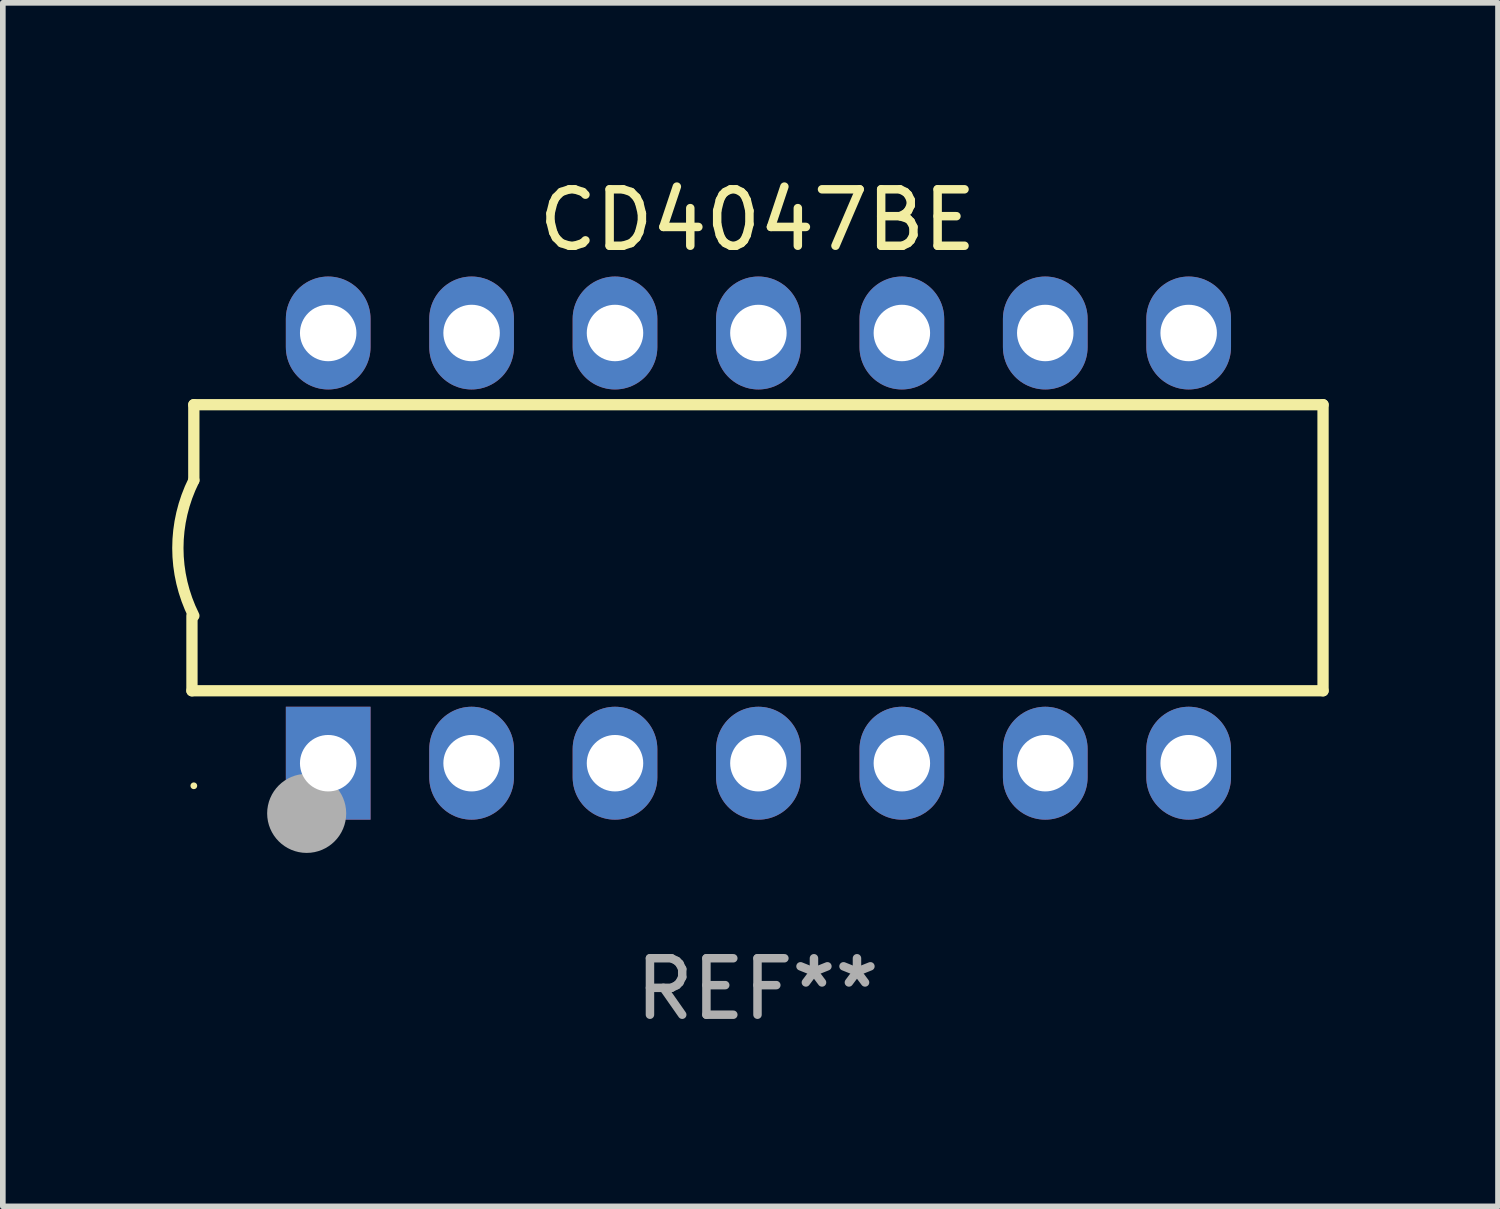
<source format=kicad_pcb>
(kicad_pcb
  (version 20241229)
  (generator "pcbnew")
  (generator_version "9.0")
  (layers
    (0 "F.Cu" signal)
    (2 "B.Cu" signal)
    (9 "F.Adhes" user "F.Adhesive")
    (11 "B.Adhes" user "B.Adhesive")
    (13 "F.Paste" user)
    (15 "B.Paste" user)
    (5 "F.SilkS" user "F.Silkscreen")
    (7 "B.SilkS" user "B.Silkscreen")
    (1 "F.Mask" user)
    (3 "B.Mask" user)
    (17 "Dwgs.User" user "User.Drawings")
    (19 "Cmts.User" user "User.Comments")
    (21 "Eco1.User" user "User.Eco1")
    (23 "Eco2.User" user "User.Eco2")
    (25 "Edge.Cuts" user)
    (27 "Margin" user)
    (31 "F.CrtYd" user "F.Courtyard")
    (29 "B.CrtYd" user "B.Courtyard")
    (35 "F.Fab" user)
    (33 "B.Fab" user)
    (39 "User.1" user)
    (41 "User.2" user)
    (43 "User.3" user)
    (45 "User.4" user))
  (footprint "CD4047BE"
    (layer "F.Cu")
    (at 10.367 6.658)
    (property "Reference" "CD4047BE" (at 0 -5.81 0) (layer "F.SilkS") (effects (font (size 1 1) (thickness 0.15))))
    (attr through_hole)
    (fp_line (start -10.017 2.527) (end -10.017 1.199) (stroke (width 0.2) (type solid)) (layer "F.SilkS"))
    (fp_line (start -9.984 -2.54) (end 10.017 -2.54) (stroke (width 0.2) (type solid)) (layer "F.SilkS"))
    (fp_line (start -9.984 -1.2) (end -9.984 -2.54) (stroke (width 0.2) (type solid)) (layer "F.SilkS"))
    (fp_line (start 10.017 -2.54) (end 10.017 2.527) (stroke (width 0.2) (type solid)) (layer "F.SilkS"))
    (fp_line (start 10.017 2.527) (end -10.017 2.527) (stroke (width 0.2) (type solid)) (layer "F.SilkS"))
    (fp_arc (start -9.983503 1.198882) (mid -10.266661 -0.000556) (end -9.983528 -1.2) (stroke (width 0.2) (type solid)) (layer "F.SilkS"))
    (fp_circle (center -9.984 4.21) (end -9.954 4.21) (stroke (width 0.06) (type solid)) (fill no) (layer "F.SilkS"))
    (fp_circle (center -7.985 4.699) (end -7.635 4.699) (stroke (width 0.7) (type solid)) (fill no) (layer "F.Fab"))
    (fp_text user "REF**" (at 0 7.81 0) (layer "F.Fab") (effects (font (size 1 1) (thickness 0.15))))
    (pad "1" thru_hole rect (at -7.604 3.81 90) (size 2 1.5) (drill 1) (layers "*.Cu" "*.Mask"))
    (pad "2" thru_hole oval (at -5.064 3.81 90) (size 2 1.5) (drill 1) (layers "*.Cu" "*.Mask"))
    (pad "3" thru_hole oval (at -2.524 3.81 90) (size 2 1.5) (drill 1) (layers "*.Cu" "*.Mask"))
    (pad "4" thru_hole oval (at 0.016 3.81 90) (size 2 1.5) (drill 1) (layers "*.Cu" "*.Mask"))
    (pad "5" thru_hole oval (at 2.557 3.81 90) (size 2 1.5) (drill 1) (layers "*.Cu" "*.Mask"))
    (pad "6" thru_hole oval (at 5.097 3.81 90) (size 2 1.5) (drill 1) (layers "*.Cu" "*.Mask"))
    (pad "7" thru_hole oval (at 7.637 3.81 90) (size 2 1.5) (drill 1) (layers "*.Cu" "*.Mask"))
    (pad "8" thru_hole oval (at 7.637 -3.81 90) (size 2 1.5) (drill 1) (layers "*.Cu" "*.Mask"))
    (pad "9" thru_hole oval (at 5.097 -3.81 90) (size 2 1.5) (drill 1) (layers "*.Cu" "*.Mask"))
    (pad "10" thru_hole oval (at 2.557 -3.81 90) (size 2 1.5) (drill 1) (layers "*.Cu" "*.Mask"))
    (pad "11" thru_hole oval (at 0.016 -3.81 90) (size 2 1.5) (drill 1) (layers "*.Cu" "*.Mask"))
    (pad "12" thru_hole oval (at -2.524 -3.81 90) (size 2 1.5) (drill 1) (layers "*.Cu" "*.Mask"))
    (pad "13" thru_hole oval (at -5.064 -3.81 90) (size 2 1.5) (drill 1) (layers "*.Cu" "*.Mask"))
    (pad "14" thru_hole oval (at -7.604 -3.81 90) (size 2 1.5) (drill 1) (layers "*.Cu" "*.Mask")))
  (gr_rect
    (start -3 -3)
    (end 23.483 18.317)
    (stroke (width 0.1) (type default))
    (fill no)
    (layer "Edge.Cuts")))
</source>
